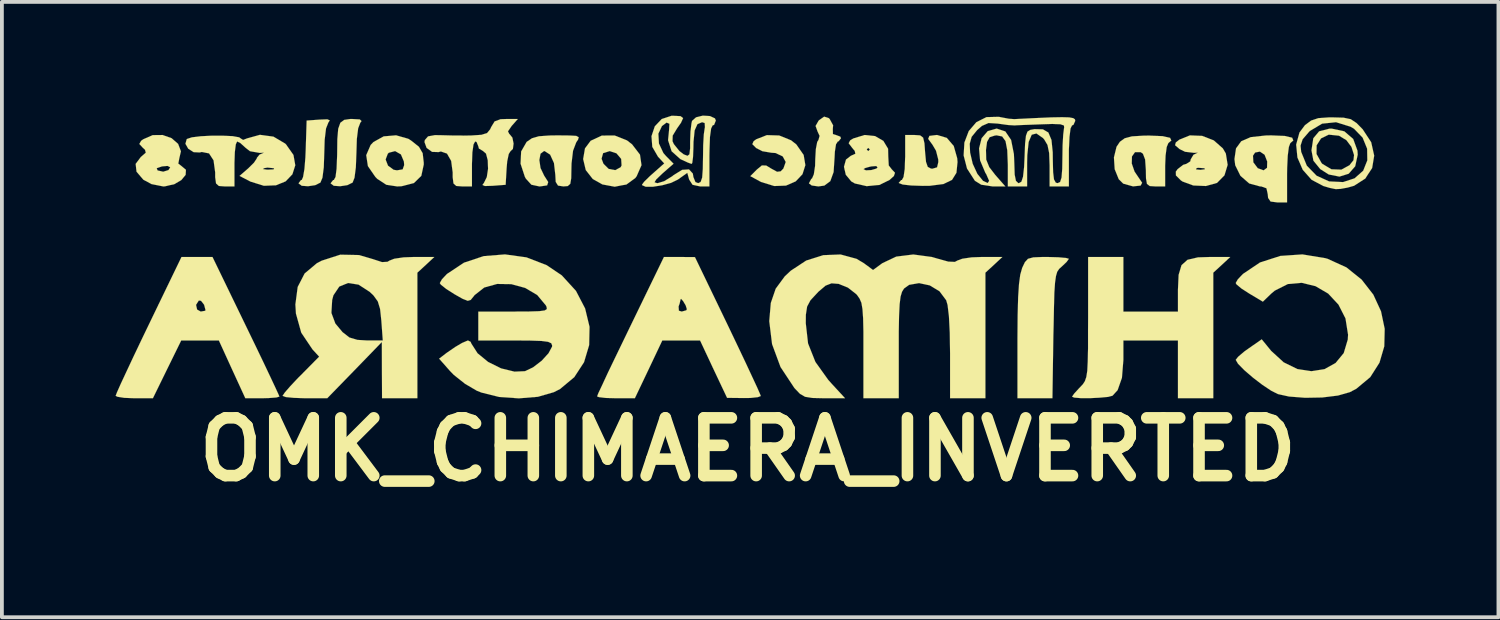
<source format=kicad_pcb>
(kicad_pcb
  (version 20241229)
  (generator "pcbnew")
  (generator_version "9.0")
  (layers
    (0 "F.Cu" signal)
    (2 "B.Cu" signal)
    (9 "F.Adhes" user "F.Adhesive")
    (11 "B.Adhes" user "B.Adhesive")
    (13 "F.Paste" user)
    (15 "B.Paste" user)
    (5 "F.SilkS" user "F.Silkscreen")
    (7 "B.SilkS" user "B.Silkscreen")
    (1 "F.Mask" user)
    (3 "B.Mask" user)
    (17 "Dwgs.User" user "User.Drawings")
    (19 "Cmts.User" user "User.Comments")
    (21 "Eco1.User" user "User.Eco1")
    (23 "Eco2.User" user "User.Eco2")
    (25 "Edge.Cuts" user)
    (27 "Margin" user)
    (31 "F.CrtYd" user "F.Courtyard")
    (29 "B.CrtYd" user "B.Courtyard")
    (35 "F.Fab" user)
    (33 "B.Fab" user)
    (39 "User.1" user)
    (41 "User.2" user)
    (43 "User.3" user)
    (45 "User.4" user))
  (footprint "OMK_CHIMAERA_INVERTED"
    (layer "F.Cu")
    (at 16.681 3.814)
    (property "Reference" "OMK_CHIMAERA_INVERTED" (at 0 4.994 0) (layer "F.SilkS") (effects (font (size 1.524 1.524) (thickness 0.305))))
    (attr through_hole)
    (fp_poly (pts (xy -11.031 -3.688) (xy -11.069 -3.63) (xy -11.13 -3.475) (xy -11.166 -3.175) (xy -11.176 -2.837) (xy -11.189 -2.451) (xy -11.224 -2.177) (xy -11.278 -2.047) (xy -11.415 -1.979) (xy -11.603 -1.951) (xy -11.77 -1.963) (xy -11.852 -2.024) (xy -11.852 -2.032) (xy -11.791 -2.113) (xy -11.77 -2.116) (xy -11.735 -2.195) (xy -11.699 -2.405) (xy -11.674 -2.71) (xy -11.666 -2.898) (xy -11.641 -3.683) (xy -11.303 -3.708) (xy -11.095 -3.716) (xy -11.031 -3.688)) (stroke (width 0.003) (type solid)) (fill yes) (layer "F.SilkS"))
    (fp_poly (pts (xy -10.193 -3.67) (xy -10.226 -3.625) (xy -10.282 -3.48) (xy -10.317 -3.198) (xy -10.328 -2.837) (xy -10.343 -2.451) (xy -10.378 -2.177) (xy -10.429 -2.047) (xy -10.569 -1.979) (xy -10.757 -1.951) (xy -10.925 -1.963) (xy -11.006 -2.024) (xy -11.006 -2.032) (xy -10.942 -2.113) (xy -10.922 -2.116) (xy -10.879 -2.195) (xy -10.851 -2.41) (xy -10.838 -2.731) (xy -10.836 -2.786) (xy -10.831 -3.195) (xy -10.808 -3.467) (xy -10.752 -3.625) (xy -10.65 -3.701) (xy -10.493 -3.724) (xy -10.429 -3.724) (xy -10.239 -3.713) (xy -10.193 -3.67)) (stroke (width 0.003) (type solid)) (fill yes) (layer "F.SilkS"))
    (fp_poly (pts (xy 8.468 -0.036) (xy 8.407 0.048) (xy 8.278 0.17) (xy 8.212 0.229) (xy 8.161 0.305) (xy 8.128 0.417) (xy 8.103 0.592) (xy 8.085 0.856) (xy 8.075 1.232) (xy 8.065 1.742) (xy 8.059 1.981) (xy 8.034 3.642) (xy 7.574 3.642) (xy 7.112 3.642) (xy 7.112 2.073) (xy 7.117 1.45) (xy 7.13 0.975) (xy 7.153 0.627) (xy 7.186 0.381) (xy 7.234 0.213) (xy 7.234 0.208) (xy 7.308 0.053) (xy 7.389 -0.036) (xy 7.529 -0.074) (xy 7.77 -0.084) (xy 7.912 -0.084) (xy 8.194 -0.076) (xy 8.395 -0.058) (xy 8.468 -0.036)) (stroke (width 0.003) (type solid)) (fill yes) (layer "F.SilkS"))
    (fp_poly (pts (xy -2.807 -2.507) (xy -2.934 -2.217) (xy -2.969 -2.169) (xy -3.205 -1.996) (xy -3.332 -1.974) (xy -3.332 -2.499) (xy -3.343 -2.672) (xy -3.467 -2.819) (xy -3.645 -2.878) (xy -3.82 -2.824) (xy -3.861 -2.677) (xy -3.81 -2.543) (xy -3.673 -2.408) (xy -3.5 -2.375) (xy -3.358 -2.451) (xy -3.332 -2.499) (xy -3.332 -1.974) (xy -3.513 -1.938) (xy -3.84 -1.999) (xy -4.092 -2.141) (xy -4.277 -2.377) (xy -4.346 -2.667) (xy -4.298 -2.949) (xy -4.148 -3.15) (xy -3.853 -3.287) (xy -3.515 -3.289) (xy -3.19 -3.16) (xy -3.056 -3.056) (xy -2.847 -2.784) (xy -2.807 -2.507)) (stroke (width 0.003) (type solid)) (fill yes) (layer "F.SilkS"))
    (fp_poly (pts (xy 1.516 -2.507) (xy 1.44 -2.268) (xy 1.262 -2.08) (xy 1.006 -1.968) (xy 0.696 -1.956) (xy 0.351 -2.062) (xy 0.307 -2.085) (xy 0.064 -2.217) (xy 0.234 -2.388) (xy 0.368 -2.499) (xy 0.483 -2.497) (xy 0.612 -2.418) (xy 0.77 -2.332) (xy 0.866 -2.344) (xy 0.937 -2.418) (xy 0.998 -2.591) (xy 0.919 -2.738) (xy 0.729 -2.827) (xy 0.617 -2.835) (xy 0.381 -2.875) (xy 0.218 -2.959) (xy 0.117 -3.061) (xy 0.152 -3.139) (xy 0.221 -3.19) (xy 0.5 -3.299) (xy 0.828 -3.289) (xy 1.14 -3.162) (xy 1.278 -3.053) (xy 1.471 -2.776) (xy 1.516 -2.507)) (stroke (width 0.003) (type solid)) (fill yes) (layer "F.SilkS"))
    (fp_poly (pts (xy -8.552 -2.522) (xy -8.616 -2.225) (xy -8.811 -2.035) (xy -9.068 -1.968) (xy -9.068 -2.507) (xy -9.075 -2.603) (xy -9.154 -2.791) (xy -9.307 -2.878) (xy -9.472 -2.835) (xy -9.5 -2.809) (xy -9.558 -2.657) (xy -9.495 -2.494) (xy -9.347 -2.385) (xy -9.258 -2.37) (xy -9.108 -2.395) (xy -9.068 -2.507) (xy -9.068 -1.968) (xy -9.136 -1.951) (xy -9.253 -1.946) (xy -9.538 -1.989) (xy -9.776 -2.144) (xy -9.827 -2.195) (xy -10.025 -2.482) (xy -10.069 -2.771) (xy -9.952 -3.04) (xy -9.878 -3.117) (xy -9.609 -3.266) (xy -9.281 -3.294) (xy -8.961 -3.203) (xy -8.887 -3.157) (xy -8.679 -2.992) (xy -8.58 -2.822) (xy -8.552 -2.573) (xy -8.552 -2.522)) (stroke (width 0.003) (type solid)) (fill yes) (layer "F.SilkS"))
    (fp_poly (pts (xy 2.456 -3.216) (xy 2.39 -3.134) (xy 2.372 -3.132) (xy 2.324 -3.056) (xy 2.294 -2.86) (xy 2.286 -2.703) (xy 2.261 -2.324) (xy 2.174 -2.085) (xy 2.017 -1.968) (xy 1.859 -1.946) (xy 1.684 -1.971) (xy 1.61 -2.027) (xy 1.671 -2.141) (xy 1.694 -2.159) (xy 1.74 -2.266) (xy 1.773 -2.487) (xy 1.778 -2.667) (xy 1.793 -2.931) (xy 1.829 -3.119) (xy 1.862 -3.172) (xy 1.892 -3.279) (xy 1.841 -3.388) (xy 1.786 -3.541) (xy 1.864 -3.678) (xy 1.882 -3.696) (xy 2.012 -3.787) (xy 2.131 -3.749) (xy 2.156 -3.726) (xy 2.248 -3.559) (xy 2.24 -3.459) (xy 2.243 -3.327) (xy 2.324 -3.302) (xy 2.438 -3.259) (xy 2.456 -3.216)) (stroke (width 0.003) (type solid)) (fill yes) (layer "F.SilkS"))
    (fp_poly (pts (xy 16.088 -2.781) (xy 16.022 -2.477) (xy 15.992 -2.443) (xy 15.992 -2.774) (xy 15.923 -2.99) (xy 15.789 -3.167) (xy 15.593 -3.284) (xy 15.324 -3.312) (xy 15.121 -3.213) (xy 15.004 -3.03) (xy 15.001 -2.802) (xy 15.133 -2.565) (xy 15.156 -2.54) (xy 15.395 -2.398) (xy 15.657 -2.388) (xy 15.87 -2.504) (xy 15.977 -2.637) (xy 15.992 -2.774) (xy 15.992 -2.443) (xy 15.85 -2.281) (xy 15.606 -2.205) (xy 15.324 -2.261) (xy 15.1 -2.403) (xy 14.92 -2.624) (xy 14.869 -2.898) (xy 14.869 -2.901) (xy 14.917 -3.216) (xy 15.07 -3.399) (xy 15.344 -3.47) (xy 15.405 -3.47) (xy 15.735 -3.399) (xy 15.969 -3.198) (xy 16.081 -2.891) (xy 16.088 -2.781)) (stroke (width 0.003) (type solid)) (fill yes) (layer "F.SilkS"))
    (fp_poly (pts (xy 11.171 -3.157) (xy 11.092 -3.089) (xy 11.049 -2.985) (xy 11.019 -2.758) (xy 11.008 -2.492) (xy 11.008 -1.946) (xy 10.754 -1.946) (xy 10.602 -1.956) (xy 10.528 -2.012) (xy 10.503 -2.159) (xy 10.5 -2.372) (xy 10.48 -2.657) (xy 10.422 -2.809) (xy 10.363 -2.85) (xy 10.213 -2.85) (xy 10.132 -2.736) (xy 10.127 -2.55) (xy 10.201 -2.337) (xy 10.297 -2.195) (xy 10.401 -2.042) (xy 10.361 -1.968) (xy 10.168 -1.948) (xy 10.165 -1.946) (xy 9.903 -2.019) (xy 9.784 -2.136) (xy 9.677 -2.4) (xy 9.657 -2.71) (xy 9.726 -2.992) (xy 9.815 -3.124) (xy 9.942 -3.216) (xy 10.13 -3.266) (xy 10.424 -3.284) (xy 10.577 -3.287) (xy 10.94 -3.272) (xy 11.138 -3.228) (xy 11.171 -3.157)) (stroke (width 0.003) (type solid)) (fill yes) (layer "F.SilkS"))
    (fp_poly (pts (xy -14.826 -2.385) (xy -14.834 -2.25) (xy -14.948 -2.113) (xy -15.138 -2.002) (xy -15.24 -1.981) (xy -15.24 -2.451) (xy -15.311 -2.487) (xy -15.458 -2.474) (xy -15.598 -2.426) (xy -15.573 -2.367) (xy -15.425 -2.334) (xy -15.286 -2.377) (xy -15.24 -2.451) (xy -15.24 -1.981) (xy -15.38 -1.948) (xy -15.425 -1.946) (xy -15.733 -2.007) (xy -15.949 -2.123) (xy -16.129 -2.334) (xy -16.152 -2.54) (xy -16.015 -2.723) (xy -15.999 -2.736) (xy -15.885 -2.835) (xy -15.905 -2.913) (xy -15.964 -2.967) (xy -16.055 -3.066) (xy -16.007 -3.15) (xy -15.951 -3.19) (xy -15.702 -3.299) (xy -15.441 -3.302) (xy -15.204 -3.218) (xy -15.032 -3.068) (xy -14.958 -2.873) (xy -15.001 -2.687) (xy -15.027 -2.548) (xy -14.948 -2.487) (xy -14.826 -2.385)) (stroke (width 0.003) (type solid)) (fill yes) (layer "F.SilkS"))
    (fp_poly (pts (xy 14.389 -3.157) (xy 14.31 -3.089) (xy 14.272 -2.987) (xy 14.242 -2.756) (xy 14.227 -2.438) (xy 14.224 -2.281) (xy 14.224 -1.524) (xy 13.97 -1.524) (xy 13.79 -1.547) (xy 13.724 -1.643) (xy 13.716 -1.735) (xy 13.701 -1.806) (xy 13.701 -2.603) (xy 13.632 -2.781) (xy 13.508 -2.865) (xy 13.381 -2.84) (xy 13.325 -2.756) (xy 13.335 -2.581) (xy 13.452 -2.426) (xy 13.604 -2.37) (xy 13.696 -2.436) (xy 13.701 -2.603) (xy 13.701 -1.806) (xy 13.68 -1.897) (xy 13.543 -1.946) (xy 13.51 -1.946) (xy 13.226 -2.024) (xy 12.995 -2.225) (xy 12.857 -2.504) (xy 12.837 -2.667) (xy 12.878 -2.949) (xy 13.015 -3.137) (xy 13.266 -3.246) (xy 13.658 -3.289) (xy 13.805 -3.292) (xy 14.163 -3.277) (xy 14.359 -3.231) (xy 14.389 -3.157)) (stroke (width 0.003) (type solid)) (fill yes) (layer "F.SilkS"))
    (fp_poly (pts (xy 5.53 -2.588) (xy 5.502 -2.306) (xy 5.385 -2.118) (xy 5.159 -2.009) (xy 4.801 -1.963) (xy 4.608 -1.961) (xy 4.305 -1.971) (xy 4.084 -1.996) (xy 3.983 -2.035) (xy 3.98 -2.04) (xy 4.044 -2.113) (xy 4.064 -2.116) (xy 4.107 -2.195) (xy 4.138 -2.405) (xy 4.148 -2.708) (xy 4.15 -2.708) (xy 4.15 -3.302) (xy 4.399 -3.302) (xy 4.544 -3.292) (xy 4.623 -3.233) (xy 4.658 -3.084) (xy 4.674 -2.857) (xy 4.699 -2.593) (xy 4.745 -2.461) (xy 4.829 -2.416) (xy 4.869 -2.413) (xy 4.991 -2.449) (xy 5.024 -2.588) (xy 5.022 -2.657) (xy 4.963 -2.888) (xy 4.872 -3.043) (xy 4.757 -3.2) (xy 4.788 -3.279) (xy 4.976 -3.302) (xy 4.994 -3.302) (xy 5.248 -3.226) (xy 5.431 -3.012) (xy 5.522 -2.69) (xy 5.53 -2.588)) (stroke (width 0.003) (type solid)) (fill yes) (layer "F.SilkS"))
    (fp_poly (pts (xy 12.657 -2.515) (xy 12.573 -2.238) (xy 12.38 -2.042) (xy 12.372 -2.037) (xy 12.08 -1.956) (xy 12.057 -1.958) (xy 12.057 -2.398) (xy 12.045 -2.426) (xy 11.872 -2.438) (xy 11.834 -2.426) (xy 11.821 -2.395) (xy 11.938 -2.383) (xy 12.057 -2.398) (xy 12.057 -1.958) (xy 11.75 -1.971) (xy 11.468 -2.075) (xy 11.422 -2.106) (xy 11.293 -2.235) (xy 11.29 -2.337) (xy 11.339 -2.403) (xy 11.483 -2.515) (xy 11.567 -2.54) (xy 11.671 -2.606) (xy 11.684 -2.662) (xy 11.755 -2.781) (xy 11.834 -2.819) (xy 11.874 -2.837) (xy 11.77 -2.832) (xy 11.534 -2.86) (xy 11.389 -2.931) (xy 11.27 -3.033) (xy 11.29 -3.106) (xy 11.384 -3.18) (xy 11.661 -3.292) (xy 11.984 -3.279) (xy 12.291 -3.16) (xy 12.53 -2.949) (xy 12.609 -2.814) (xy 12.657 -2.515)) (stroke (width 0.003) (type solid)) (fill yes) (layer "F.SilkS"))
    (fp_poly (pts (xy -4.463 -3.244) (xy -4.481 -3.18) (xy -4.529 -3.109) (xy -4.613 -2.888) (xy -4.653 -2.553) (xy -4.656 -2.436) (xy -4.661 -2.162) (xy -4.686 -2.014) (xy -4.752 -1.956) (xy -4.867 -1.946) (xy -5.009 -1.968) (xy -5.07 -2.065) (xy -5.08 -2.248) (xy -5.116 -2.563) (xy -5.217 -2.784) (xy -5.362 -2.878) (xy -5.38 -2.878) (xy -5.471 -2.809) (xy -5.502 -2.642) (xy -5.471 -2.431) (xy -5.38 -2.24) (xy -5.38 -2.238) (xy -5.268 -2.062) (xy -5.296 -1.974) (xy -5.469 -1.948) (xy -5.502 -1.946) (xy -5.712 -1.991) (xy -5.857 -2.151) (xy -5.883 -2.197) (xy -5.997 -2.545) (xy -5.982 -2.868) (xy -5.839 -3.117) (xy -5.832 -3.124) (xy -5.697 -3.216) (xy -5.514 -3.269) (xy -5.235 -3.289) (xy -5.024 -3.292) (xy -4.707 -3.289) (xy -4.529 -3.279) (xy -4.463 -3.244)) (stroke (width 0.003) (type solid)) (fill yes) (layer "F.SilkS"))
    (fp_poly (pts (xy -12.36 3.599) (xy -12.438 3.622) (xy -12.634 3.637) (xy -12.809 3.642) (xy -13.259 3.642) (xy -13.609 2.88) (xy -13.957 2.118) (xy -14.308 2.118) (xy -14.308 1.321) (xy -14.346 1.176) (xy -14.427 1.072) (xy -14.486 1.064) (xy -14.559 1.179) (xy -14.531 1.303) (xy -14.435 1.356) (xy -14.323 1.336) (xy -14.308 1.321) (xy -14.308 2.118) (xy -14.453 2.118) (xy -14.95 2.118) (xy -15.324 2.88) (xy -15.697 3.642) (xy -16.187 3.642) (xy -16.452 3.632) (xy -16.629 3.604) (xy -16.68 3.579) (xy -16.645 3.487) (xy -16.546 3.264) (xy -16.393 2.936) (xy -16.198 2.52) (xy -15.969 2.04) (xy -15.812 1.714) (xy -14.943 -0.084) (xy -14.534 -0.084) (xy -14.125 -0.084) (xy -13.244 1.735) (xy -12.997 2.245) (xy -12.776 2.705) (xy -12.593 3.091) (xy -12.456 3.383) (xy -12.377 3.556) (xy -12.36 3.599)) (stroke (width 0.003) (type solid)) (fill yes) (layer "F.SilkS"))
    (fp_poly (pts (xy 3.881 -2.306) (xy 3.851 -2.22) (xy 3.736 -2.116) (xy 3.467 -1.984) (xy 3.421 -1.981) (xy 3.421 -2.443) (xy 3.388 -2.484) (xy 3.256 -2.474) (xy 3.218 -2.466) (xy 3.218 -2.921) (xy 3.175 -2.962) (xy 3.134 -2.921) (xy 3.175 -2.878) (xy 3.218 -2.921) (xy 3.218 -2.466) (xy 3.101 -2.433) (xy 3.048 -2.403) (xy 3.114 -2.37) (xy 3.256 -2.377) (xy 3.388 -2.416) (xy 3.421 -2.443) (xy 3.421 -1.981) (xy 3.134 -1.953) (xy 2.822 -2.024) (xy 2.728 -2.078) (xy 2.583 -2.253) (xy 2.535 -2.464) (xy 2.588 -2.654) (xy 2.715 -2.753) (xy 2.835 -2.807) (xy 2.819 -2.883) (xy 2.751 -2.964) (xy 2.659 -3.086) (xy 2.7 -3.162) (xy 2.781 -3.211) (xy 3.078 -3.302) (xy 3.355 -3.274) (xy 3.574 -3.147) (xy 3.698 -2.941) (xy 3.703 -2.736) (xy 3.716 -2.499) (xy 3.797 -2.395) (xy 3.881 -2.306)) (stroke (width 0.003) (type solid)) (fill yes) (layer "F.SilkS"))
    (fp_poly (pts (xy 0.34 3.584) (xy 0.262 3.614) (xy 0.066 3.635) (xy -0.104 3.637) (xy -0.549 3.632) (xy -0.907 2.875) (xy -1.262 2.118) (xy -1.61 2.118) (xy -1.61 1.293) (xy -1.641 1.194) (xy -1.707 1.082) (xy -1.763 1.019) (xy -1.775 1.031) (xy -1.803 1.151) (xy -1.829 1.222) (xy -1.821 1.333) (xy -1.745 1.356) (xy -1.626 1.323) (xy -1.61 1.293) (xy -1.61 2.118) (xy -1.76 2.118) (xy -2.258 2.118) (xy -2.619 2.88) (xy -2.982 3.642) (xy -3.48 3.642) (xy -3.747 3.635) (xy -3.927 3.614) (xy -3.978 3.594) (xy -3.945 3.508) (xy -3.843 3.292) (xy -3.691 2.964) (xy -3.493 2.553) (xy -3.261 2.073) (xy -3.096 1.732) (xy -2.215 -0.084) (xy -1.806 -0.084) (xy -1.397 -0.081) (xy -0.528 1.722) (xy -0.284 2.233) (xy -0.066 2.692) (xy 0.114 3.078) (xy 0.249 3.368) (xy 0.325 3.543) (xy 0.34 3.584)) (stroke (width 0.003) (type solid)) (fill yes) (layer "F.SilkS"))
    (fp_poly (pts (xy 12.725 -0.084) (xy 12.502 0.124) (xy 12.278 0.33) (xy 12.278 1.986) (xy 12.278 3.642) (xy 11.811 3.642) (xy 11.346 3.642) (xy 11.346 2.88) (xy 11.346 2.118) (xy 10.627 2.118) (xy 9.906 2.118) (xy 9.906 2.631) (xy 9.868 3.104) (xy 9.754 3.429) (xy 9.619 3.576) (xy 9.502 3.607) (xy 9.286 3.627) (xy 9.03 3.64) (xy 8.786 3.64) (xy 8.608 3.625) (xy 8.552 3.602) (xy 8.606 3.523) (xy 8.738 3.378) (xy 8.763 3.353) (xy 8.837 3.274) (xy 8.89 3.193) (xy 8.928 3.084) (xy 8.954 2.918) (xy 8.966 2.675) (xy 8.974 2.327) (xy 8.974 1.847) (xy 8.976 1.529) (xy 8.976 -0.084) (xy 9.441 -0.084) (xy 9.906 -0.084) (xy 9.906 0.635) (xy 9.906 1.356) (xy 10.627 1.356) (xy 11.346 1.356) (xy 11.346 0.775) (xy 11.364 0.386) (xy 11.44 0.132) (xy 11.598 -0.01) (xy 11.872 -0.074) (xy 12.189 -0.084) (xy 12.725 -0.084)) (stroke (width 0.003) (type solid)) (fill yes) (layer "F.SilkS"))
    (fp_poly (pts (xy 16.523 -2.758) (xy 16.469 -2.431) (xy 16.342 -2.238) (xy 16.342 -2.634) (xy 16.337 -2.941) (xy 16.218 -3.233) (xy 15.992 -3.467) (xy 15.903 -3.52) (xy 15.517 -3.64) (xy 15.149 -3.602) (xy 14.826 -3.409) (xy 14.801 -3.383) (xy 14.635 -3.19) (xy 14.58 -3.023) (xy 14.597 -2.857) (xy 14.745 -2.494) (xy 15.004 -2.228) (xy 15.334 -2.078) (xy 15.702 -2.06) (xy 16.005 -2.159) (xy 16.233 -2.36) (xy 16.342 -2.634) (xy 16.342 -2.238) (xy 16.289 -2.154) (xy 15.992 -1.963) (xy 15.822 -1.915) (xy 15.631 -1.88) (xy 15.502 -1.875) (xy 15.347 -1.908) (xy 15.184 -1.956) (xy 14.872 -2.121) (xy 14.638 -2.385) (xy 14.498 -2.708) (xy 14.465 -3.051) (xy 14.552 -3.368) (xy 14.696 -3.561) (xy 14.859 -3.683) (xy 15.05 -3.747) (xy 15.331 -3.767) (xy 15.423 -3.767) (xy 15.715 -3.759) (xy 15.905 -3.719) (xy 16.058 -3.617) (xy 16.22 -3.452) (xy 16.444 -3.111) (xy 16.523 -2.758)) (stroke (width 0.003) (type solid)) (fill yes) (layer "F.SilkS"))
    (fp_poly (pts (xy 16.8 1.811) (xy 16.789 2.273) (xy 16.662 2.705) (xy 16.419 3.086) (xy 16.053 3.391) (xy 15.88 3.482) (xy 15.568 3.571) (xy 15.154 3.622) (xy 14.702 3.63) (xy 14.275 3.597) (xy 13.985 3.533) (xy 13.807 3.444) (xy 13.574 3.289) (xy 13.322 3.096) (xy 13.096 2.901) (xy 12.931 2.733) (xy 12.87 2.629) (xy 12.934 2.548) (xy 13.096 2.41) (xy 13.213 2.327) (xy 13.556 2.088) (xy 13.805 2.393) (xy 14.135 2.695) (xy 14.498 2.873) (xy 14.867 2.929) (xy 15.212 2.875) (xy 15.504 2.713) (xy 15.72 2.451) (xy 15.827 2.093) (xy 15.834 1.966) (xy 15.766 1.537) (xy 15.58 1.171) (xy 15.309 0.881) (xy 14.976 0.686) (xy 14.61 0.597) (xy 14.244 0.63) (xy 13.901 0.803) (xy 13.81 0.879) (xy 13.586 1.095) (xy 13.228 0.881) (xy 13.02 0.747) (xy 12.89 0.638) (xy 12.87 0.602) (xy 12.926 0.505) (xy 13.061 0.363) (xy 13.51 0.061) (xy 14.046 -0.112) (xy 14.63 -0.152) (xy 15.232 -0.053) (xy 15.293 -0.036) (xy 15.791 0.191) (xy 16.192 0.513) (xy 16.5 0.909) (xy 16.703 1.349) (xy 16.8 1.811)) (stroke (width 0.003) (type solid)) (fill yes) (layer "F.SilkS"))
    (fp_poly (pts (xy -6.071 -3.724) (xy -6.231 -3.543) (xy -6.33 -3.399) (xy -6.294 -3.327) (xy -6.287 -3.325) (xy -6.213 -3.233) (xy -6.182 -3.076) (xy -6.2 -2.934) (xy -6.261 -2.878) (xy -6.309 -2.802) (xy -6.35 -2.606) (xy -6.365 -2.433) (xy -6.391 -1.989) (xy -6.731 -1.963) (xy -6.937 -1.956) (xy -7.003 -1.984) (xy -6.962 -2.042) (xy -6.888 -2.192) (xy -6.855 -2.41) (xy -6.863 -2.637) (xy -6.909 -2.812) (xy -6.985 -2.878) (xy -7.097 -2.946) (xy -7.112 -3.005) (xy -7.158 -3.119) (xy -7.196 -3.132) (xy -7.239 -3.053) (xy -7.269 -2.845) (xy -7.28 -2.54) (xy -7.28 -1.946) (xy -7.534 -1.946) (xy -7.694 -1.958) (xy -7.767 -2.024) (xy -7.788 -2.189) (xy -7.788 -2.316) (xy -7.828 -2.619) (xy -7.938 -2.812) (xy -8.098 -2.868) (xy -8.161 -2.852) (xy -8.331 -2.857) (xy -8.476 -2.962) (xy -8.532 -3.117) (xy -8.522 -3.17) (xy -8.438 -3.266) (xy -8.258 -3.299) (xy -8.105 -3.297) (xy -7.795 -3.289) (xy -7.437 -3.287) (xy -7.3 -3.289) (xy -7.031 -3.307) (xy -6.881 -3.353) (xy -6.8 -3.452) (xy -6.772 -3.513) (xy -6.683 -3.66) (xy -6.525 -3.719) (xy -6.38 -3.724) (xy -6.071 -3.724)) (stroke (width 0.003) (type solid)) (fill yes) (layer "F.SilkS"))
    (fp_poly (pts (xy -8.273 -0.084) (xy -8.496 0.124) (xy -8.72 0.33) (xy -8.72 1.986) (xy -8.72 3.642) (xy -9.185 3.642) (xy -9.632 3.642) (xy -9.632 2.118) (xy -9.67 1.598) (xy -9.703 1.288) (xy -9.764 1.087) (xy -9.878 0.93) (xy -9.977 0.836) (xy -10.272 0.645) (xy -10.549 0.602) (xy -10.78 0.696) (xy -10.935 0.927) (xy -10.968 1.052) (xy -10.988 1.392) (xy -10.884 1.671) (xy -10.696 1.897) (xy -10.513 2.04) (xy -10.3 2.103) (xy -10.053 2.118) (xy -9.632 2.118) (xy -9.632 3.642) (xy -9.652 3.642) (xy -9.655 2.901) (xy -9.657 2.159) (xy -10.376 2.901) (xy -11.097 3.642) (xy -11.687 3.642) (xy -11.979 3.632) (xy -12.189 3.612) (xy -12.276 3.581) (xy -12.276 3.579) (xy -12.22 3.495) (xy -12.073 3.325) (xy -11.862 3.101) (xy -11.793 3.033) (xy -11.311 2.545) (xy -11.488 2.352) (xy -11.783 1.913) (xy -11.923 1.41) (xy -11.938 1.168) (xy -11.877 0.706) (xy -11.694 0.351) (xy -11.372 0.081) (xy -11.242 0.013) (xy -10.752 -0.145) (xy -10.259 -0.135) (xy -9.901 -0.03) (xy -9.652 0.051) (xy -9.507 0.043) (xy -9.459 0.013) (xy -9.329 -0.038) (xy -9.086 -0.074) (xy -8.819 -0.084) (xy -8.273 -0.084)) (stroke (width 0.003) (type solid)) (fill yes) (layer "F.SilkS"))
    (fp_poly (pts (xy -11.941 -2.504) (xy -12.017 -2.266) (xy -12.195 -2.08) (xy -12.454 -1.974) (xy -12.499 -1.974) (xy -12.499 -2.423) (xy -12.507 -2.426) (xy -12.675 -2.443) (xy -12.761 -2.428) (xy -12.797 -2.403) (xy -12.685 -2.388) (xy -12.657 -2.388) (xy -12.512 -2.395) (xy -12.499 -2.423) (xy -12.499 -1.974) (xy -12.769 -1.963) (xy -13.122 -2.073) (xy -13.145 -2.085) (xy -13.411 -2.223) (xy -13.183 -2.421) (xy -13.03 -2.573) (xy -12.954 -2.687) (xy -12.954 -2.7) (xy -12.883 -2.786) (xy -12.804 -2.819) (xy -12.766 -2.837) (xy -12.875 -2.83) (xy -12.88 -2.83) (xy -13.137 -2.875) (xy -13.254 -2.967) (xy -13.391 -3.091) (xy -13.475 -3.132) (xy -13.51 -3.056) (xy -13.536 -2.85) (xy -13.546 -2.563) (xy -13.546 -2.54) (xy -13.546 -1.946) (xy -13.8 -1.946) (xy -13.957 -1.958) (xy -14.031 -2.024) (xy -14.054 -2.189) (xy -14.054 -2.316) (xy -14.097 -2.634) (xy -14.216 -2.817) (xy -14.407 -2.855) (xy -14.46 -2.842) (xy -14.623 -2.85) (xy -14.765 -2.941) (xy -14.839 -3.071) (xy -14.806 -3.19) (xy -14.798 -3.198) (xy -14.668 -3.241) (xy -14.437 -3.269) (xy -14.15 -3.284) (xy -13.853 -3.284) (xy -13.594 -3.272) (xy -13.421 -3.241) (xy -13.376 -3.208) (xy -13.317 -3.172) (xy -13.213 -3.213) (xy -12.873 -3.307) (xy -12.517 -3.259) (xy -12.207 -3.076) (xy -12.184 -3.053) (xy -11.989 -2.776) (xy -11.941 -2.504)) (stroke (width 0.003) (type solid)) (fill yes) (layer "F.SilkS"))
    (fp_poly (pts (xy -4.178 1.758) (xy -4.188 2.24) (xy -4.323 2.692) (xy -4.58 3.086) (xy -4.956 3.399) (xy -5.118 3.482) (xy -5.54 3.604) (xy -6.043 3.645) (xy -6.561 3.609) (xy -7.028 3.493) (xy -7.155 3.442) (xy -7.463 3.261) (xy -7.757 3.028) (xy -7.861 2.921) (xy -8.146 2.598) (xy -7.948 2.446) (xy -7.719 2.289) (xy -7.541 2.184) (xy -7.386 2.118) (xy -7.315 2.154) (xy -7.295 2.202) (xy -7.132 2.456) (xy -6.853 2.685) (xy -6.51 2.855) (xy -6.157 2.941) (xy -5.88 2.929) (xy -5.667 2.827) (xy -5.441 2.654) (xy -5.26 2.456) (xy -5.166 2.281) (xy -5.164 2.25) (xy -5.187 2.192) (xy -5.271 2.154) (xy -5.446 2.131) (xy -5.738 2.121) (xy -6.137 2.118) (xy -7.112 2.118) (xy -7.112 1.737) (xy -7.112 1.356) (xy -6.177 1.356) (xy -5.771 1.354) (xy -5.507 1.346) (xy -5.359 1.326) (xy -5.304 1.29) (xy -5.311 1.232) (xy -5.331 1.191) (xy -5.558 0.919) (xy -5.875 0.732) (xy -6.243 0.632) (xy -6.617 0.627) (xy -6.955 0.721) (xy -7.211 0.922) (xy -7.236 0.955) (xy -7.313 1.049) (xy -7.391 1.072) (xy -7.526 1.019) (xy -7.742 0.897) (xy -7.958 0.759) (xy -8.098 0.648) (xy -8.128 0.605) (xy -8.072 0.505) (xy -7.938 0.363) (xy -7.49 0.066) (xy -6.97 -0.107) (xy -6.408 -0.152) (xy -5.842 -0.074) (xy -5.309 0.132) (xy -4.91 0.401) (xy -4.536 0.81) (xy -4.295 1.273) (xy -4.178 1.758)) (stroke (width 0.003) (type solid)) (fill yes) (layer "F.SilkS"))
    (fp_poly (pts (xy 6.713 -0.084) (xy 6.49 0.124) (xy 6.266 0.33) (xy 6.266 1.986) (xy 6.266 3.642) (xy 5.801 3.642) (xy 5.334 3.642) (xy 5.334 2.459) (xy 5.326 1.915) (xy 5.304 1.483) (xy 5.268 1.181) (xy 5.232 1.057) (xy 5.055 0.82) (xy 4.798 0.665) (xy 4.516 0.605) (xy 4.255 0.65) (xy 4.12 0.747) (xy 4.067 0.831) (xy 4.028 0.96) (xy 4.003 1.161) (xy 3.988 1.46) (xy 3.98 1.885) (xy 3.98 2.271) (xy 3.98 3.642) (xy 3.515 3.642) (xy 3.048 3.642) (xy 3.048 2.375) (xy 3.048 1.885) (xy 3.04 1.532) (xy 3.023 1.29) (xy 2.995 1.125) (xy 2.946 1.013) (xy 2.88 0.919) (xy 2.857 0.894) (xy 2.639 0.724) (xy 2.395 0.625) (xy 2.207 0.61) (xy 2.05 0.671) (xy 1.859 0.833) (xy 1.824 0.871) (xy 1.651 1.057) (xy 1.562 1.224) (xy 1.529 1.44) (xy 1.527 1.664) (xy 1.587 2.197) (xy 1.781 2.685) (xy 2.121 3.16) (xy 2.207 3.256) (xy 2.563 3.642) (xy 2.009 3.642) (xy 1.702 3.635) (xy 1.509 3.604) (xy 1.374 3.526) (xy 1.237 3.383) (xy 1.222 3.365) (xy 0.861 2.819) (xy 0.638 2.215) (xy 0.564 1.608) (xy 0.605 1.128) (xy 0.734 0.752) (xy 0.973 0.427) (xy 1.133 0.277) (xy 1.539 0.01) (xy 1.989 -0.132) (xy 2.446 -0.15) (xy 2.865 -0.036) (xy 3.058 0.079) (xy 3.302 0.259) (xy 3.548 0.079) (xy 3.914 -0.094) (xy 4.364 -0.15) (xy 4.854 -0.084) (xy 4.994 -0.043) (xy 5.286 0.038) (xy 5.461 0.046) (xy 5.527 0.01) (xy 5.657 -0.038) (xy 5.9 -0.074) (xy 6.167 -0.084) (xy 6.713 -0.084)) (stroke (width 0.003) (type solid)) (fill yes) (layer "F.SilkS"))
    (fp_poly (pts (xy -0.846 -3.683) (xy -0.892 -3.569) (xy -0.93 -3.556) (xy -0.97 -3.475) (xy -1.001 -3.251) (xy -1.013 -2.911) (xy -1.016 -2.751) (xy -1.016 -1.946) (xy -1.133 -1.946) (xy -1.133 -3.505) (xy -1.14 -3.619) (xy -1.209 -3.64) (xy -1.331 -3.589) (xy -1.405 -3.424) (xy -1.435 -3.122) (xy -1.438 -2.957) (xy -1.448 -2.718) (xy -1.468 -2.565) (xy -1.486 -2.54) (xy -1.585 -2.576) (xy -1.765 -2.659) (xy -1.781 -2.667) (xy -2.012 -2.873) (xy -2.106 -3.165) (xy -2.08 -3.429) (xy -2.07 -3.599) (xy -2.146 -3.63) (xy -2.268 -3.538) (xy -2.362 -3.338) (xy -2.347 -3.078) (xy -2.23 -2.827) (xy -2.164 -2.751) (xy -1.961 -2.545) (xy -2.253 -2.289) (xy -2.418 -2.131) (xy -2.464 -2.055) (xy -2.395 -2.032) (xy -2.38 -2.032) (xy -2.21 -2.083) (xy -1.999 -2.212) (xy -1.961 -2.243) (xy -1.735 -2.383) (xy -1.554 -2.395) (xy -1.453 -2.286) (xy -1.438 -2.192) (xy -1.384 -2.06) (xy -1.311 -2.032) (xy -1.247 -2.062) (xy -1.206 -2.179) (xy -1.189 -2.41) (xy -1.184 -2.703) (xy -1.179 -3.038) (xy -1.163 -3.317) (xy -1.138 -3.49) (xy -1.133 -3.505) (xy -1.133 -1.946) (xy -1.26 -1.946) (xy -1.46 -1.989) (xy -1.549 -2.126) (xy -1.598 -2.304) (xy -1.849 -2.126) (xy -2.027 -2.04) (xy -2.261 -1.976) (xy -2.502 -1.938) (xy -2.697 -1.938) (xy -2.791 -1.979) (xy -2.794 -1.991) (xy -2.736 -2.07) (xy -2.588 -2.215) (xy -2.499 -2.294) (xy -2.207 -2.553) (xy -2.372 -2.731) (xy -2.522 -2.99) (xy -2.543 -3.272) (xy -2.456 -3.531) (xy -2.273 -3.724) (xy -2.012 -3.81) (xy -1.984 -3.81) (xy -1.778 -3.8) (xy -1.709 -3.749) (xy -1.765 -3.625) (xy -1.869 -3.477) (xy -1.984 -3.287) (xy -1.989 -3.139) (xy -1.953 -3.061) (xy -1.806 -2.878) (xy -1.692 -2.791) (xy -1.593 -2.753) (xy -1.542 -2.794) (xy -1.524 -2.951) (xy -1.524 -3.122) (xy -1.514 -3.396) (xy -1.488 -3.612) (xy -1.473 -3.675) (xy -1.367 -3.769) (xy -1.189 -3.813) (xy -1.001 -3.802) (xy -0.869 -3.741) (xy -0.846 -3.683)) (stroke (width 0.003) (type solid)) (fill yes) (layer "F.SilkS"))
    (fp_poly (pts (xy 8.636 -3.675) (xy 8.588 -3.569) (xy 8.552 -3.556) (xy 8.512 -3.475) (xy 8.484 -3.251) (xy 8.468 -2.911) (xy 8.468 -2.751) (xy 8.468 -1.946) (xy 8.344 -1.946) (xy 8.344 -3.493) (xy 8.339 -3.553) (xy 8.245 -3.586) (xy 8.031 -3.594) (xy 7.772 -3.586) (xy 7.45 -3.574) (xy 7.186 -3.564) (xy 7.033 -3.556) (xy 7.028 -3.556) (xy 6.863 -3.566) (xy 6.624 -3.599) (xy 6.589 -3.604) (xy 6.35 -3.619) (xy 6.175 -3.543) (xy 6.048 -3.432) (xy 5.903 -3.254) (xy 5.852 -3.073) (xy 5.862 -2.84) (xy 5.931 -2.543) (xy 6.053 -2.278) (xy 6.203 -2.093) (xy 6.327 -2.035) (xy 6.365 -2.093) (xy 6.287 -2.271) (xy 6.264 -2.306) (xy 6.126 -2.634) (xy 6.099 -2.949) (xy 6.167 -3.218) (xy 6.327 -3.404) (xy 6.563 -3.472) (xy 6.792 -3.396) (xy 6.944 -3.172) (xy 7.018 -2.799) (xy 7.028 -2.563) (xy 7.038 -2.258) (xy 7.071 -2.093) (xy 7.135 -2.032) (xy 7.15 -2.032) (xy 7.216 -2.07) (xy 7.259 -2.202) (xy 7.287 -2.456) (xy 7.3 -2.731) (xy 7.313 -3.073) (xy 7.336 -3.282) (xy 7.376 -3.391) (xy 7.45 -3.437) (xy 7.562 -3.457) (xy 7.783 -3.452) (xy 7.927 -3.368) (xy 8.009 -3.172) (xy 8.042 -2.847) (xy 8.044 -2.657) (xy 8.052 -2.324) (xy 8.075 -2.131) (xy 8.123 -2.045) (xy 8.171 -2.032) (xy 8.237 -2.062) (xy 8.275 -2.179) (xy 8.293 -2.41) (xy 8.298 -2.703) (xy 8.303 -3.035) (xy 8.319 -3.31) (xy 8.339 -3.475) (xy 8.344 -3.493) (xy 8.344 -1.946) (xy 8.214 -1.946) (xy 7.96 -1.946) (xy 7.96 -2.497) (xy 7.948 -2.827) (xy 7.904 -3.04) (xy 7.818 -3.185) (xy 7.785 -3.223) (xy 7.612 -3.343) (xy 7.488 -3.31) (xy 7.407 -3.119) (xy 7.371 -2.771) (xy 7.366 -2.57) (xy 7.366 -1.946) (xy 7.112 -1.946) (xy 6.858 -1.946) (xy 6.858 -2.517) (xy 6.843 -2.901) (xy 6.797 -3.142) (xy 6.708 -3.264) (xy 6.563 -3.294) (xy 6.51 -3.287) (xy 6.378 -3.244) (xy 6.309 -3.122) (xy 6.281 -2.908) (xy 6.287 -2.654) (xy 6.368 -2.454) (xy 6.525 -2.25) (xy 6.792 -1.946) (xy 6.457 -1.946) (xy 6.157 -1.991) (xy 5.989 -2.095) (xy 5.781 -2.418) (xy 5.692 -2.764) (xy 5.712 -3.104) (xy 5.827 -3.406) (xy 6.027 -3.64) (xy 6.294 -3.774) (xy 6.622 -3.782) (xy 6.668 -3.772) (xy 6.886 -3.731) (xy 7.028 -3.721) (xy 7.59 -3.749) (xy 8.001 -3.767) (xy 8.291 -3.772) (xy 8.476 -3.767) (xy 8.583 -3.747) (xy 8.628 -3.716) (xy 8.636 -3.675)) (stroke (width 0.003) (type solid)) (fill yes) (layer "F.SilkS")))
  (gr_rect
    (start -3 -3)
    (end 36.482 13.234)
    (stroke (width 0.1) (type default))
    (fill no)
    (layer "Edge.Cuts")))
</source>
